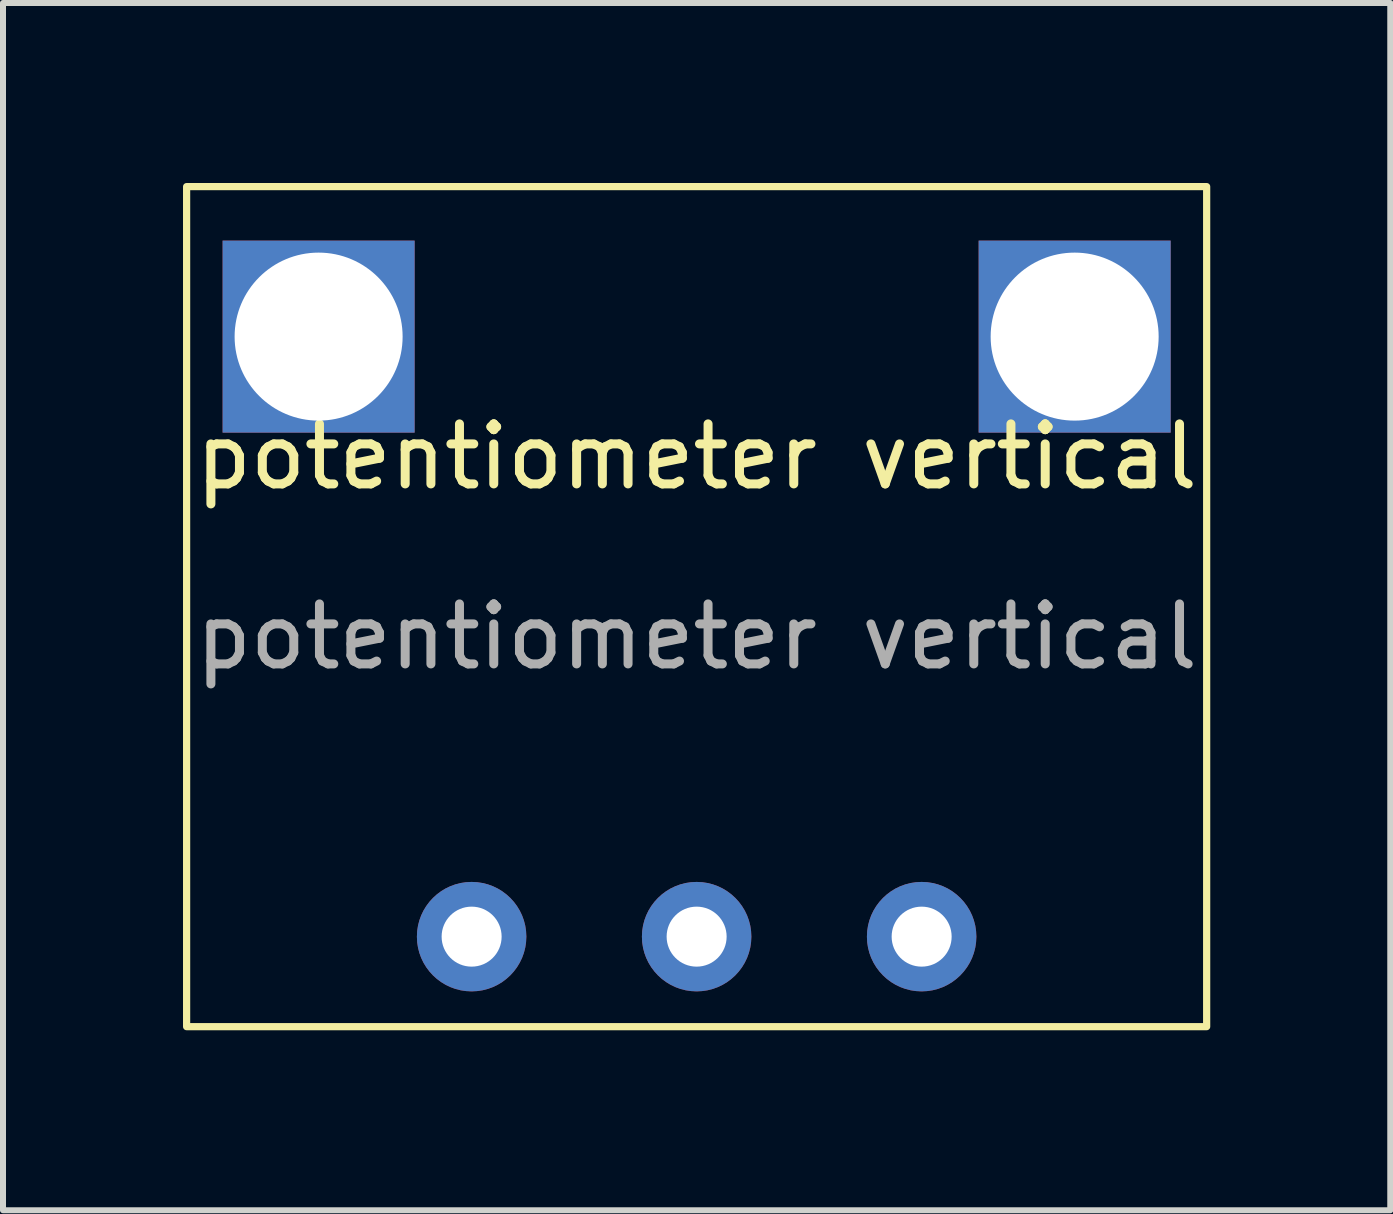
<source format=kicad_pcb>
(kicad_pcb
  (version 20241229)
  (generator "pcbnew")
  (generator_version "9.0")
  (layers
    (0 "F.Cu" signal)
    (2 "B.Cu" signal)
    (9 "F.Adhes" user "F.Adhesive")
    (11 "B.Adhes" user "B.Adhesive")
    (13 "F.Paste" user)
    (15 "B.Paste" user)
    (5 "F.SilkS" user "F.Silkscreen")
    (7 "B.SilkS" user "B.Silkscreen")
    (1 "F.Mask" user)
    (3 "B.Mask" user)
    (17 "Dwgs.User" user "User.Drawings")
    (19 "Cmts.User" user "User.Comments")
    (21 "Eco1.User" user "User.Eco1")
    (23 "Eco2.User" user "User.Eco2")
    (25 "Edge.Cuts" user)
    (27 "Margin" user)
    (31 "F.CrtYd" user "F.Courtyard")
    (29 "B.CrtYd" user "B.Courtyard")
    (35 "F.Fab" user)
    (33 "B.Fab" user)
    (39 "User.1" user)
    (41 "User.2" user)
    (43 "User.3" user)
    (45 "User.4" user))
  (footprint "potentiometer vertical"
    (layer "F.Cu")
    (at 8.56 5.06)
    (property "Reference" "potentiometer vertical" (at 0 -0.5 0) (unlocked yes) (layer "F.SilkS") (effects (font (size 1 1) (thickness 0.15))))
    (attr through_hole)
    (fp_rect (start -8.5 -5) (end 8.5 9) (stroke (width 0.12) (type solid)) (fill no) (layer "F.SilkS"))
    (fp_text user "${REFERENCE}" (at 0 2.5 0) (unlocked yes) (layer "F.Fab") (effects (font (size 1 1) (thickness 0.15))))
    (pad "1" thru_hole circle (at -3.75 7.5) (size 1.824 1.824) (drill 1) (layers "*.Cu" "*.Mask"))
    (pad "2" thru_hole circle (at 0 7.5) (size 1.824 1.824) (drill 1) (layers "*.Cu" "*.Mask"))
    (pad "3" thru_hole circle (at 3.75 7.5) (size 1.824 1.824) (drill 1) (layers "*.Cu" "*.Mask"))
    (pad "4" thru_hole rect (at -6.3 -2.5) (size 3.2 3.2) (drill 2.8) (layers "*.Cu" "*.Mask"))
    (pad "4" thru_hole rect (at 6.3 -2.5) (size 3.2 3.2) (drill 2.8) (layers "*.Cu" "*.Mask")))
  (gr_rect
    (start -3 -3)
    (end 20.12 17.12)
    (stroke (width 0.1) (type default))
    (fill no)
    (layer "Edge.Cuts")))
</source>
